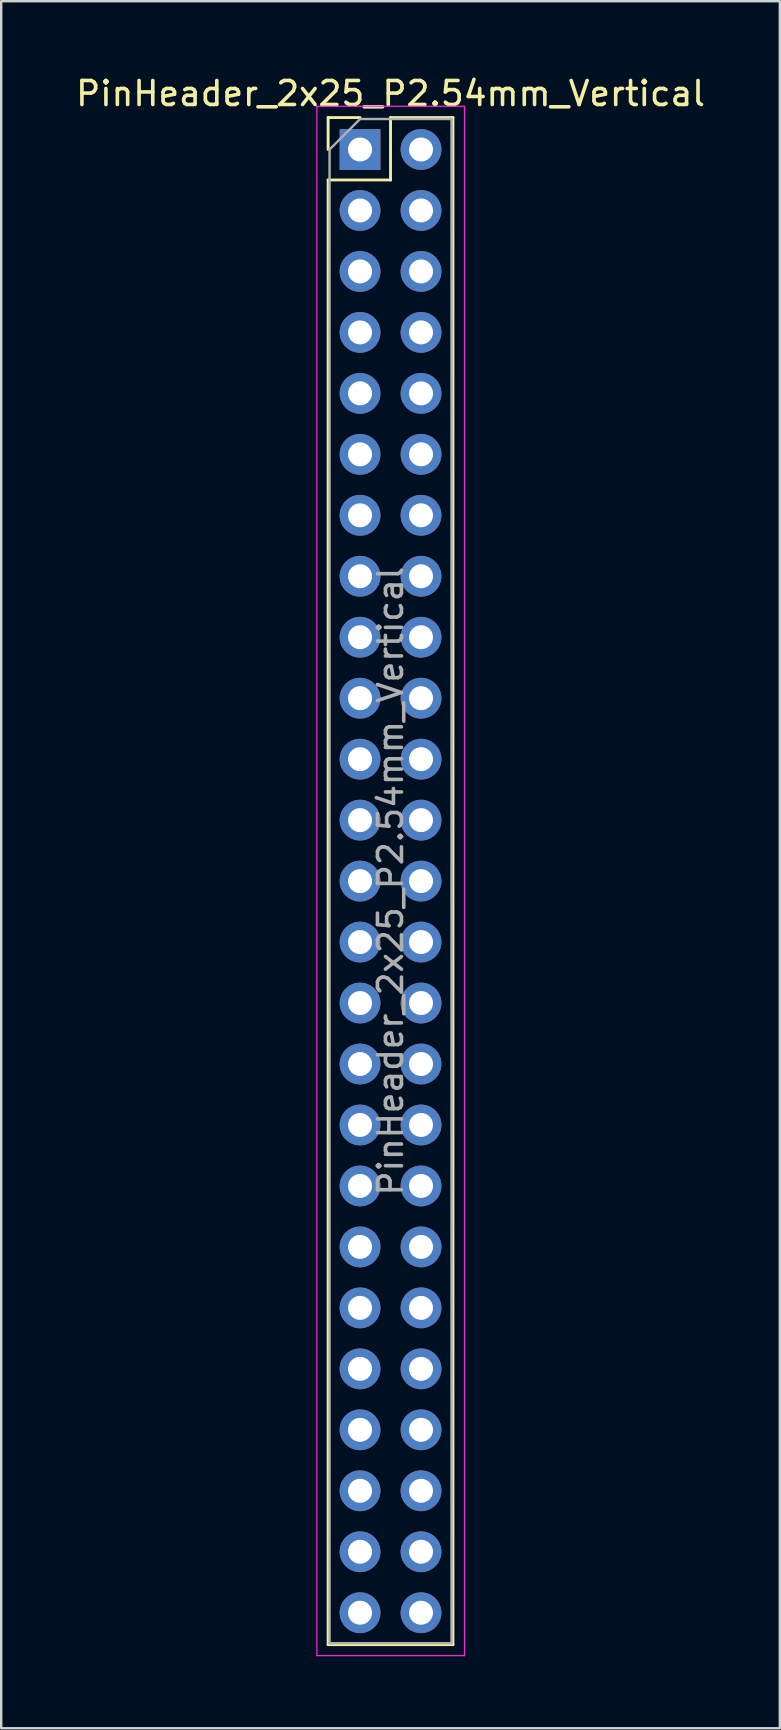
<source format=kicad_pcb>
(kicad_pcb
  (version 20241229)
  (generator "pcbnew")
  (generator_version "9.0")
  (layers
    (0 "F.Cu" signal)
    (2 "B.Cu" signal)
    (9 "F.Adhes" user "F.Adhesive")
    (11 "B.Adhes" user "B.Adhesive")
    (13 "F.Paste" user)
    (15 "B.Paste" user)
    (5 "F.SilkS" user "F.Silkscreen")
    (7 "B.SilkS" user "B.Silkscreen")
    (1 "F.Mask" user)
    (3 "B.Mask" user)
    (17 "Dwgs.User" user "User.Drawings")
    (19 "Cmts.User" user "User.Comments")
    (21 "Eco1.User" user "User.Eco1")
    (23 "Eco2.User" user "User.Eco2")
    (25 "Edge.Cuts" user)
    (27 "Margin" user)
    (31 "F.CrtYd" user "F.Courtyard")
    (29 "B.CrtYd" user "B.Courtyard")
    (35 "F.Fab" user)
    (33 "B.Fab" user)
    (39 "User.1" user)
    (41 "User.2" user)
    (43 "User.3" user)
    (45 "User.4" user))
  (footprint "PinHeader_2x25_P2.54mm_Vertical"
    (layer "F.Cu")
    (at 11.95 3.178)
    (property "Reference" "PinHeader_2x25_P2.54mm_Vertical" (at 1.27 -2.33 0) (layer "F.SilkS") (effects (font (size 1 1) (thickness 0.15))))
    (attr through_hole)
    (fp_line (start -1.33 -1.33) (end 0 -1.33) (stroke (width 0.12) (type solid)) (layer "F.SilkS"))
    (fp_line (start -1.33 0) (end -1.33 -1.33) (stroke (width 0.12) (type solid)) (layer "F.SilkS"))
    (fp_line (start -1.33 1.27) (end -1.33 62.29) (stroke (width 0.12) (type solid)) (layer "F.SilkS"))
    (fp_line (start -1.33 1.27) (end 1.27 1.27) (stroke (width 0.12) (type solid)) (layer "F.SilkS"))
    (fp_line (start -1.33 62.29) (end 3.87 62.29) (stroke (width 0.12) (type solid)) (layer "F.SilkS"))
    (fp_line (start 1.27 -1.33) (end 3.87 -1.33) (stroke (width 0.12) (type solid)) (layer "F.SilkS"))
    (fp_line (start 1.27 1.27) (end 1.27 -1.33) (stroke (width 0.12) (type solid)) (layer "F.SilkS"))
    (fp_line (start 3.87 -1.33) (end 3.87 62.29) (stroke (width 0.12) (type solid)) (layer "F.SilkS"))
    (fp_line (start -1.8 -1.8) (end -1.8 62.75) (stroke (width 0.05) (type solid)) (layer "F.CrtYd"))
    (fp_line (start -1.8 62.75) (end 4.35 62.75) (stroke (width 0.05) (type solid)) (layer "F.CrtYd"))
    (fp_line (start 4.35 -1.8) (end -1.8 -1.8) (stroke (width 0.05) (type solid)) (layer "F.CrtYd"))
    (fp_line (start 4.35 62.75) (end 4.35 -1.8) (stroke (width 0.05) (type solid)) (layer "F.CrtYd"))
    (fp_line (start -1.27 0) (end 0 -1.27) (stroke (width 0.1) (type solid)) (layer "F.Fab"))
    (fp_line (start -1.27 62.23) (end -1.27 0) (stroke (width 0.1) (type solid)) (layer "F.Fab"))
    (fp_line (start 0 -1.27) (end 3.81 -1.27) (stroke (width 0.1) (type solid)) (layer "F.Fab"))
    (fp_line (start 3.81 -1.27) (end 3.81 62.23) (stroke (width 0.1) (type solid)) (layer "F.Fab"))
    (fp_line (start 3.81 62.23) (end -1.27 62.23) (stroke (width 0.1) (type solid)) (layer "F.Fab"))
    (fp_text user "${REFERENCE}" (at 1.27 30.48 90) (layer "F.Fab") (effects (font (size 1 1) (thickness 0.15))))
    (pad "1" thru_hole rect (at 0 0) (size 1.7 1.7) (drill 1) (layers "*.Cu" "*.Mask"))
    (pad "2" thru_hole oval (at 2.54 0) (size 1.7 1.7) (drill 1) (layers "*.Cu" "*.Mask"))
    (pad "3" thru_hole oval (at 0 2.54) (size 1.7 1.7) (drill 1) (layers "*.Cu" "*.Mask"))
    (pad "4" thru_hole oval (at 2.54 2.54) (size 1.7 1.7) (drill 1) (layers "*.Cu" "*.Mask"))
    (pad "5" thru_hole oval (at 0 5.08) (size 1.7 1.7) (drill 1) (layers "*.Cu" "*.Mask"))
    (pad "6" thru_hole oval (at 2.54 5.08) (size 1.7 1.7) (drill 1) (layers "*.Cu" "*.Mask"))
    (pad "7" thru_hole oval (at 0 7.62) (size 1.7 1.7) (drill 1) (layers "*.Cu" "*.Mask"))
    (pad "8" thru_hole oval (at 2.54 7.62) (size 1.7 1.7) (drill 1) (layers "*.Cu" "*.Mask"))
    (pad "9" thru_hole oval (at 0 10.16) (size 1.7 1.7) (drill 1) (layers "*.Cu" "*.Mask"))
    (pad "10" thru_hole oval (at 2.54 10.16) (size 1.7 1.7) (drill 1) (layers "*.Cu" "*.Mask"))
    (pad "11" thru_hole oval (at 0 12.7) (size 1.7 1.7) (drill 1) (layers "*.Cu" "*.Mask"))
    (pad "12" thru_hole oval (at 2.54 12.7) (size 1.7 1.7) (drill 1) (layers "*.Cu" "*.Mask"))
    (pad "13" thru_hole oval (at 0 15.24) (size 1.7 1.7) (drill 1) (layers "*.Cu" "*.Mask"))
    (pad "14" thru_hole oval (at 2.54 15.24) (size 1.7 1.7) (drill 1) (layers "*.Cu" "*.Mask"))
    (pad "15" thru_hole oval (at 0 17.78) (size 1.7 1.7) (drill 1) (layers "*.Cu" "*.Mask"))
    (pad "16" thru_hole oval (at 2.54 17.78) (size 1.7 1.7) (drill 1) (layers "*.Cu" "*.Mask"))
    (pad "17" thru_hole oval (at 0 20.32) (size 1.7 1.7) (drill 1) (layers "*.Cu" "*.Mask"))
    (pad "18" thru_hole oval (at 2.54 20.32) (size 1.7 1.7) (drill 1) (layers "*.Cu" "*.Mask"))
    (pad "19" thru_hole oval (at 0 22.86) (size 1.7 1.7) (drill 1) (layers "*.Cu" "*.Mask"))
    (pad "20" thru_hole oval (at 2.54 22.86) (size 1.7 1.7) (drill 1) (layers "*.Cu" "*.Mask"))
    (pad "21" thru_hole oval (at 0 25.4) (size 1.7 1.7) (drill 1) (layers "*.Cu" "*.Mask"))
    (pad "22" thru_hole oval (at 2.54 25.4) (size 1.7 1.7) (drill 1) (layers "*.Cu" "*.Mask"))
    (pad "23" thru_hole oval (at 0 27.94) (size 1.7 1.7) (drill 1) (layers "*.Cu" "*.Mask"))
    (pad "24" thru_hole oval (at 2.54 27.94) (size 1.7 1.7) (drill 1) (layers "*.Cu" "*.Mask"))
    (pad "25" thru_hole oval (at 0 30.48) (size 1.7 1.7) (drill 1) (layers "*.Cu" "*.Mask"))
    (pad "26" thru_hole oval (at 2.54 30.48) (size 1.7 1.7) (drill 1) (layers "*.Cu" "*.Mask"))
    (pad "27" thru_hole oval (at 0 33.02) (size 1.7 1.7) (drill 1) (layers "*.Cu" "*.Mask"))
    (pad "28" thru_hole oval (at 2.54 33.02) (size 1.7 1.7) (drill 1) (layers "*.Cu" "*.Mask"))
    (pad "29" thru_hole oval (at 0 35.56) (size 1.7 1.7) (drill 1) (layers "*.Cu" "*.Mask"))
    (pad "30" thru_hole oval (at 2.54 35.56) (size 1.7 1.7) (drill 1) (layers "*.Cu" "*.Mask"))
    (pad "31" thru_hole oval (at 0 38.1) (size 1.7 1.7) (drill 1) (layers "*.Cu" "*.Mask"))
    (pad "32" thru_hole oval (at 2.54 38.1) (size 1.7 1.7) (drill 1) (layers "*.Cu" "*.Mask"))
    (pad "33" thru_hole oval (at 0 40.64) (size 1.7 1.7) (drill 1) (layers "*.Cu" "*.Mask"))
    (pad "34" thru_hole oval (at 2.54 40.64) (size 1.7 1.7) (drill 1) (layers "*.Cu" "*.Mask"))
    (pad "35" thru_hole oval (at 0 43.18) (size 1.7 1.7) (drill 1) (layers "*.Cu" "*.Mask"))
    (pad "36" thru_hole oval (at 2.54 43.18) (size 1.7 1.7) (drill 1) (layers "*.Cu" "*.Mask"))
    (pad "37" thru_hole oval (at 0 45.72) (size 1.7 1.7) (drill 1) (layers "*.Cu" "*.Mask"))
    (pad "38" thru_hole oval (at 2.54 45.72) (size 1.7 1.7) (drill 1) (layers "*.Cu" "*.Mask"))
    (pad "39" thru_hole oval (at 0 48.26) (size 1.7 1.7) (drill 1) (layers "*.Cu" "*.Mask"))
    (pad "40" thru_hole oval (at 2.54 48.26) (size 1.7 1.7) (drill 1) (layers "*.Cu" "*.Mask"))
    (pad "41" thru_hole oval (at 0 50.8) (size 1.7 1.7) (drill 1) (layers "*.Cu" "*.Mask"))
    (pad "42" thru_hole oval (at 2.54 50.8) (size 1.7 1.7) (drill 1) (layers "*.Cu" "*.Mask"))
    (pad "43" thru_hole oval (at 0 53.34) (size 1.7 1.7) (drill 1) (layers "*.Cu" "*.Mask"))
    (pad "44" thru_hole oval (at 2.54 53.34) (size 1.7 1.7) (drill 1) (layers "*.Cu" "*.Mask"))
    (pad "45" thru_hole oval (at 0 55.88) (size 1.7 1.7) (drill 1) (layers "*.Cu" "*.Mask"))
    (pad "46" thru_hole oval (at 2.54 55.88) (size 1.7 1.7) (drill 1) (layers "*.Cu" "*.Mask"))
    (pad "47" thru_hole oval (at 0 58.42) (size 1.7 1.7) (drill 1) (layers "*.Cu" "*.Mask"))
    (pad "48" thru_hole oval (at 2.54 58.42) (size 1.7 1.7) (drill 1) (layers "*.Cu" "*.Mask"))
    (pad "49" thru_hole oval (at 0 60.96) (size 1.7 1.7) (drill 1) (layers "*.Cu" "*.Mask"))
    (pad "50" thru_hole oval (at 2.54 60.96) (size 1.7 1.7) (drill 1) (layers "*.Cu" "*.Mask")))
  (gr_rect
    (start -3 -3)
    (end 29.44 68.953)
    (stroke (width 0.1) (type default))
    (fill no)
    (layer "Edge.Cuts")))
</source>
